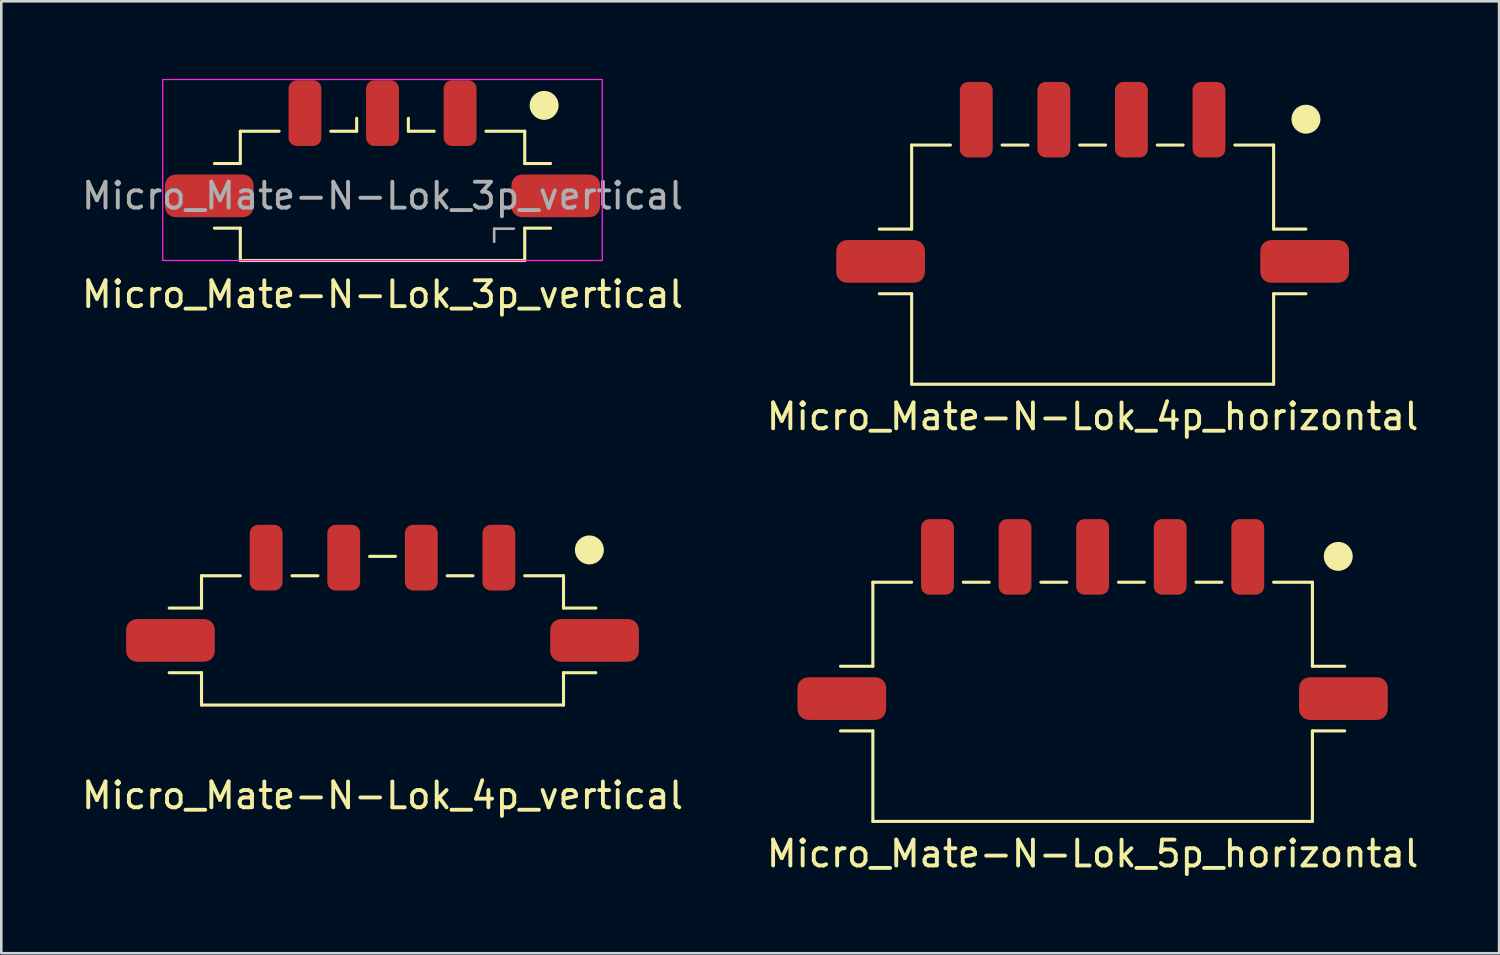
<source format=kicad_pcb>
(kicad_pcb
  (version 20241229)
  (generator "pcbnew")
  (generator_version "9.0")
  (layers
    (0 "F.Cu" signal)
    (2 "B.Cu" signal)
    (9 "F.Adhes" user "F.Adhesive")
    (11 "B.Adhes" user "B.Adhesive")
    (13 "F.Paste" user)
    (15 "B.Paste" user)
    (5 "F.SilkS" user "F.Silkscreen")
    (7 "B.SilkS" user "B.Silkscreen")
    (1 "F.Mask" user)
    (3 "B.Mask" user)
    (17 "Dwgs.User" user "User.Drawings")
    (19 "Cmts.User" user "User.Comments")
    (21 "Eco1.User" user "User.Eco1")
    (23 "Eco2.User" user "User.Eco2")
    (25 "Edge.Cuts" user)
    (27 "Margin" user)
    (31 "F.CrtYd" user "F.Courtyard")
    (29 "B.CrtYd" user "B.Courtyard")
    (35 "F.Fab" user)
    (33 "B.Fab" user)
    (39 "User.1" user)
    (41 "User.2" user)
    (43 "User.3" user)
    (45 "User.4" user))
  (footprint "Micro_Mate-N-Lok_4p_vertical"
    (layer "F.Cu")
    (at 11.744 21.718)
    (property "Reference" "Micro_Mate-N-Lok_4p_vertical" (at 0 6 0) (layer "F.SilkS") (effects (font (size 1 1) (thickness 0.15))))
    (attr smd)
    (fp_line (start -8.25 1.25) (end -7 1.25) (stroke (width 0.12) (type solid)) (layer "F.SilkS"))
    (fp_line (start -7 -2.5) (end -5.5 -2.5) (stroke (width 0.12) (type solid)) (layer "F.SilkS"))
    (fp_line (start -7 -1.25) (end -8.25 -1.25) (stroke (width 0.12) (type solid)) (layer "F.SilkS"))
    (fp_line (start -7 -1.25) (end -7 -2.5) (stroke (width 0.12) (type solid)) (layer "F.SilkS"))
    (fp_line (start -7 1.25) (end -7 2.5) (stroke (width 0.12) (type solid)) (layer "F.SilkS"))
    (fp_line (start -7 2.5) (end 7 2.5) (stroke (width 0.12) (type solid)) (layer "F.SilkS"))
    (fp_line (start -3.5 -2.5) (end -2.5 -2.5) (stroke (width 0.12) (type solid)) (layer "F.SilkS"))
    (fp_line (start -0.5 -3.25) (end 0.5 -3.25) (stroke (width 0.12) (type solid)) (layer "F.SilkS"))
    (fp_line (start 2.5 -2.5) (end 3.5 -2.5) (stroke (width 0.12) (type solid)) (layer "F.SilkS"))
    (fp_line (start 5.5 -2.5) (end 7 -2.5) (stroke (width 0.12) (type solid)) (layer "F.SilkS"))
    (fp_line (start 7 -2.5) (end 7 -1.25) (stroke (width 0.12) (type solid)) (layer "F.SilkS"))
    (fp_line (start 7 1.25) (end 8.25 1.25) (stroke (width 0.12) (type solid)) (layer "F.SilkS"))
    (fp_line (start 7 2.5) (end 7 1.25) (stroke (width 0.12) (type solid)) (layer "F.SilkS"))
    (fp_line (start 8.25 -1.25) (end 7 -1.25) (stroke (width 0.12) (type solid)) (layer "F.SilkS"))
    (fp_circle (center 8 -3.5) (end 8.5 -3.5) (stroke (width 0.12) (type solid)) (fill yes) (layer "F.SilkS"))
    (fp_rect (start -10 -4.75) (end 10 2.5) (stroke (width 0.12) (type solid)) (fill no) (layer "Margin"))
    (pad "" smd roundrect (at -8.2 0) (size 3.43 1.65) (layers "F.Cu" "F.Mask" "F.Paste") (roundrect_rratio 0.25))
    (pad "" smd roundrect (at 8.2 0) (size 3.43 1.65) (layers "F.Cu" "F.Mask" "F.Paste") (roundrect_rratio 0.25))
    (pad "1" smd roundrect (at 4.5 -3.2) (size 1.27 2.54) (layers "F.Cu" "F.Mask" "F.Paste") (roundrect_rratio 0.25))
    (pad "2" smd roundrect (at 1.5 -3.2) (size 1.27 2.54) (layers "F.Cu" "F.Mask" "F.Paste") (roundrect_rratio 0.25))
    (pad "3" smd roundrect (at -1.5 -3.2) (size 1.27 2.54) (layers "F.Cu" "F.Mask" "F.Paste") (roundrect_rratio 0.25))
    (pad "4" smd roundrect (at -4.5 -3.2) (size 1.27 2.54) (layers "F.Cu" "F.Mask" "F.Paste") (roundrect_rratio 0.25)))
  (footprint "Micro_Mate-N-Lok_4p_horizontal"
    (layer "F.Cu")
    (at 39.208 7.06)
    (property "Reference" "Micro_Mate-N-Lok_4p_horizontal" (at 0 6 0) (layer "F.SilkS") (effects (font (size 1 1) (thickness 0.15))))
    (attr smd)
    (fp_line (start -8.25 1.25) (end -7 1.25) (stroke (width 0.12) (type solid)) (layer "F.SilkS"))
    (fp_line (start -7 -4.5) (end -5.5 -4.5) (stroke (width 0.12) (type solid)) (layer "F.SilkS"))
    (fp_line (start -7 -1.25) (end -8.25 -1.25) (stroke (width 0.12) (type solid)) (layer "F.SilkS"))
    (fp_line (start -7 -1.25) (end -7 -4.5) (stroke (width 0.12) (type solid)) (layer "F.SilkS"))
    (fp_line (start -7 1.25) (end -7 4.75) (stroke (width 0.12) (type solid)) (layer "F.SilkS"))
    (fp_line (start -7 4.75) (end 7 4.75) (stroke (width 0.12) (type solid)) (layer "F.SilkS"))
    (fp_line (start -3.5 -4.5) (end -2.5 -4.5) (stroke (width 0.12) (type solid)) (layer "F.SilkS"))
    (fp_line (start -0.5 -4.5) (end 0.5 -4.5) (stroke (width 0.12) (type solid)) (layer "F.SilkS"))
    (fp_line (start 2.5 -4.5) (end 3.5 -4.5) (stroke (width 0.12) (type solid)) (layer "F.SilkS"))
    (fp_line (start 7 -4.5) (end 5.5 -4.5) (stroke (width 0.12) (type solid)) (layer "F.SilkS"))
    (fp_line (start 7 -1.25) (end 7 -4.5) (stroke (width 0.12) (type solid)) (layer "F.SilkS"))
    (fp_line (start 7 1.25) (end 8.25 1.25) (stroke (width 0.12) (type solid)) (layer "F.SilkS"))
    (fp_line (start 7 4.75) (end 7 1.25) (stroke (width 0.12) (type solid)) (layer "F.SilkS"))
    (fp_line (start 8.25 -1.25) (end 7 -1.25) (stroke (width 0.12) (type solid)) (layer "F.SilkS"))
    (fp_circle (center 8.25 -5.5) (end 8.75 -5.5) (stroke (width 0.12) (type solid)) (fill yes) (layer "F.SilkS"))
    (fp_rect (start -10 -7) (end 10 4.75) (stroke (width 0.12) (type solid)) (fill no) (layer "Margin"))
    (pad "" smd roundrect (at -8.2 0) (size 3.43 1.65) (layers "F.Cu" "F.Mask" "F.Paste") (roundrect_rratio 0.25))
    (pad "" smd roundrect (at 8.2 0) (size 3.43 1.65) (layers "F.Cu" "F.Mask" "F.Paste") (roundrect_rratio 0.25))
    (pad "1" smd roundrect (at 4.5 -5.48) (size 1.27 2.92) (layers "F.Cu" "F.Mask" "F.Paste") (roundrect_rratio 0.25))
    (pad "2" smd roundrect (at 1.5 -5.48) (size 1.27 2.92) (layers "F.Cu" "F.Mask" "F.Paste") (roundrect_rratio 0.25))
    (pad "3" smd roundrect (at -1.5 -5.48) (size 1.27 2.92) (layers "F.Cu" "F.Mask" "F.Paste") (roundrect_rratio 0.25))
    (pad "4" smd roundrect (at -4.5 -5.48) (size 1.27 2.92) (layers "F.Cu" "F.Mask" "F.Paste") (roundrect_rratio 0.25)))
  (footprint "Micro_Mate-N-Lok_5p_horizontal"
    (layer "F.Cu")
    (at 39.208 23.968)
    (property "Reference" "Micro_Mate-N-Lok_5p_horizontal" (at 0 6 0) (layer "F.SilkS") (effects (font (size 1 1) (thickness 0.15))))
    (attr smd)
    (fp_line (start -9.75 1.25) (end -8.5 1.25) (stroke (width 0.12) (type solid)) (layer "F.SilkS"))
    (fp_line (start -8.5 -4.5) (end -7 -4.5) (stroke (width 0.12) (type solid)) (layer "F.SilkS"))
    (fp_line (start -8.5 -1.25) (end -9.75 -1.25) (stroke (width 0.12) (type solid)) (layer "F.SilkS"))
    (fp_line (start -8.5 -1.25) (end -8.5 -4.5) (stroke (width 0.12) (type solid)) (layer "F.SilkS"))
    (fp_line (start -8.5 1.25) (end -8.5 4.75) (stroke (width 0.12) (type solid)) (layer "F.SilkS"))
    (fp_line (start -8.5 4.75) (end 8.5 4.75) (stroke (width 0.12) (type solid)) (layer "F.SilkS"))
    (fp_line (start -5 -4.5) (end -4 -4.5) (stroke (width 0.12) (type solid)) (layer "F.SilkS"))
    (fp_line (start -2 -4.5) (end -1 -4.5) (stroke (width 0.12) (type solid)) (layer "F.SilkS"))
    (fp_line (start 1 -4.5) (end 2 -4.5) (stroke (width 0.12) (type solid)) (layer "F.SilkS"))
    (fp_line (start 4 -4.5) (end 5 -4.5) (stroke (width 0.12) (type solid)) (layer "F.SilkS"))
    (fp_line (start 7 -4.5) (end 8.5 -4.5) (stroke (width 0.12) (type solid)) (layer "F.SilkS"))
    (fp_line (start 8.5 -1.25) (end 8.5 -4.5) (stroke (width 0.12) (type solid)) (layer "F.SilkS"))
    (fp_line (start 8.5 1.25) (end 9.75 1.25) (stroke (width 0.12) (type solid)) (layer "F.SilkS"))
    (fp_line (start 8.5 4.75) (end 8.5 1.25) (stroke (width 0.12) (type solid)) (layer "F.SilkS"))
    (fp_line (start 9.75 -1.25) (end 8.5 -1.25) (stroke (width 0.12) (type solid)) (layer "F.SilkS"))
    (fp_circle (center 9.5 -5.5) (end 10 -5.5) (stroke (width 0.12) (type solid)) (fill yes) (layer "F.SilkS"))
    (fp_rect (start -11.5 -7) (end 11.5 4.75) (stroke (width 0.12) (type solid)) (fill no) (layer "Margin"))
    (pad "" smd roundrect (at -9.7 0) (size 3.43 1.65) (layers "F.Cu" "F.Mask" "F.Paste") (roundrect_rratio 0.25))
    (pad "" smd roundrect (at 9.7 0) (size 3.43 1.65) (layers "F.Cu" "F.Mask" "F.Paste") (roundrect_rratio 0.25))
    (pad "1" smd roundrect (at 6 -5.48) (size 1.27 2.92) (layers "F.Cu" "F.Mask" "F.Paste") (roundrect_rratio 0.25))
    (pad "2" smd roundrect (at 3 -5.48) (size 1.27 2.92) (layers "F.Cu" "F.Mask" "F.Paste") (roundrect_rratio 0.25))
    (pad "3" smd roundrect (at 0 -5.48) (size 1.27 2.92) (layers "F.Cu" "F.Mask" "F.Paste") (roundrect_rratio 0.25))
    (pad "4" smd roundrect (at -3 -5.48) (size 1.27 2.92) (layers "F.Cu" "F.Mask" "F.Paste") (roundrect_rratio 0.25))
    (pad "5" smd roundrect (at -6 -5.48) (size 1.27 2.92) (layers "F.Cu" "F.Mask" "F.Paste") (roundrect_rratio 0.25)))
  (footprint "Micro_Mate-N-Lok_3p_vertical"
    (layer "F.Cu")
    (at 11.744 4.525)
    (property "Reference" "Micro_Mate-N-Lok_3p_vertical" (at 0 3.81 0) (unlocked yes) (layer "F.SilkS") (effects (font (size 1 1) (thickness 0.15))))
    (attr smd)
    (fp_line (start -6.5 1.25) (end -5.5 1.25) (stroke (width 0.12) (type solid)) (layer "F.SilkS"))
    (fp_line (start -5.5 -2.5) (end -4 -2.5) (stroke (width 0.12) (type solid)) (layer "F.SilkS"))
    (fp_line (start -5.5 -1.25) (end -6.5 -1.25) (stroke (width 0.12) (type solid)) (layer "F.SilkS"))
    (fp_line (start -5.5 -1.25) (end -5.5 -2.5) (stroke (width 0.12) (type solid)) (layer "F.SilkS"))
    (fp_line (start -5.5 1.25) (end -5.5 2.5) (stroke (width 0.12) (type solid)) (layer "F.SilkS"))
    (fp_line (start -5.5 2.5) (end 5.5 2.5) (stroke (width 0.12) (type solid)) (layer "F.SilkS"))
    (fp_line (start -2 -2.5) (end -1 -2.5) (stroke (width 0.12) (type solid)) (layer "F.SilkS"))
    (fp_line (start -1 -2.5) (end -1 -3) (stroke (width 0.12) (type solid)) (layer "F.SilkS"))
    (fp_line (start 1 -3) (end 1 -2.5) (stroke (width 0.12) (type solid)) (layer "F.SilkS"))
    (fp_line (start 1 -2.5) (end 2 -2.5) (stroke (width 0.12) (type solid)) (layer "F.SilkS"))
    (fp_line (start 5.5 -2.5) (end 4 -2.5) (stroke (width 0.12) (type solid)) (layer "F.SilkS"))
    (fp_line (start 5.5 -1.25) (end 5.5 -2.5) (stroke (width 0.12) (type solid)) (layer "F.SilkS"))
    (fp_line (start 5.5 1.25) (end 6.5 1.25) (stroke (width 0.12) (type solid)) (layer "F.SilkS"))
    (fp_line (start 5.5 2.5) (end 5.5 1.25) (stroke (width 0.12) (type solid)) (layer "F.SilkS"))
    (fp_line (start 6.5 -1.25) (end 5.5 -1.25) (stroke (width 0.12) (type solid)) (layer "F.SilkS"))
    (fp_circle (center 6.25 -3.5) (end 6.75 -3.5) (stroke (width 0.12) (type solid)) (fill yes) (layer "F.SilkS"))
    (fp_rect (start -8.5 -4.5) (end 8.5 2.5) (stroke (width 0.05) (type solid)) (fill no) (layer "F.CrtYd"))
    (fp_line (start 4.318 1.27) (end 5.08 1.27) (stroke (width 0.1) (type solid)) (layer "F.Fab"))
    (fp_line (start 4.318 1.778) (end 4.318 1.27) (stroke (width 0.1) (type solid)) (layer "F.Fab"))
    (fp_text user "${REFERENCE}" (at 0 0 0) (unlocked yes) (layer "F.Fab") (effects (font (size 1 1) (thickness 0.15))))
    (pad "" smd roundrect (at -6.7 0) (size 3.43 1.65) (layers "F.Cu" "F.Mask" "F.Paste") (roundrect_rratio 0.25))
    (pad "" smd roundrect (at 6.7 0) (size 3.43 1.65) (layers "F.Cu" "F.Mask" "F.Paste") (roundrect_rratio 0.25))
    (pad "1" smd roundrect (at 3 -3.2) (size 1.27 2.54) (layers "F.Cu" "F.Mask" "F.Paste") (roundrect_rratio 0.25))
    (pad "2" smd roundrect (at 0 -3.2) (size 1.27 2.54) (layers "F.Cu" "F.Mask" "F.Paste") (roundrect_rratio 0.25))
    (pad "3" smd roundrect (at -3 -3.2) (size 1.27 2.54) (layers "F.Cu" "F.Mask" "F.Paste") (roundrect_rratio 0.25)))
  (gr_rect
    (start -3 -3)
    (end 54.929 33.816)
    (stroke (width 0.1) (type default))
    (fill no)
    (layer "Edge.Cuts")))
</source>
